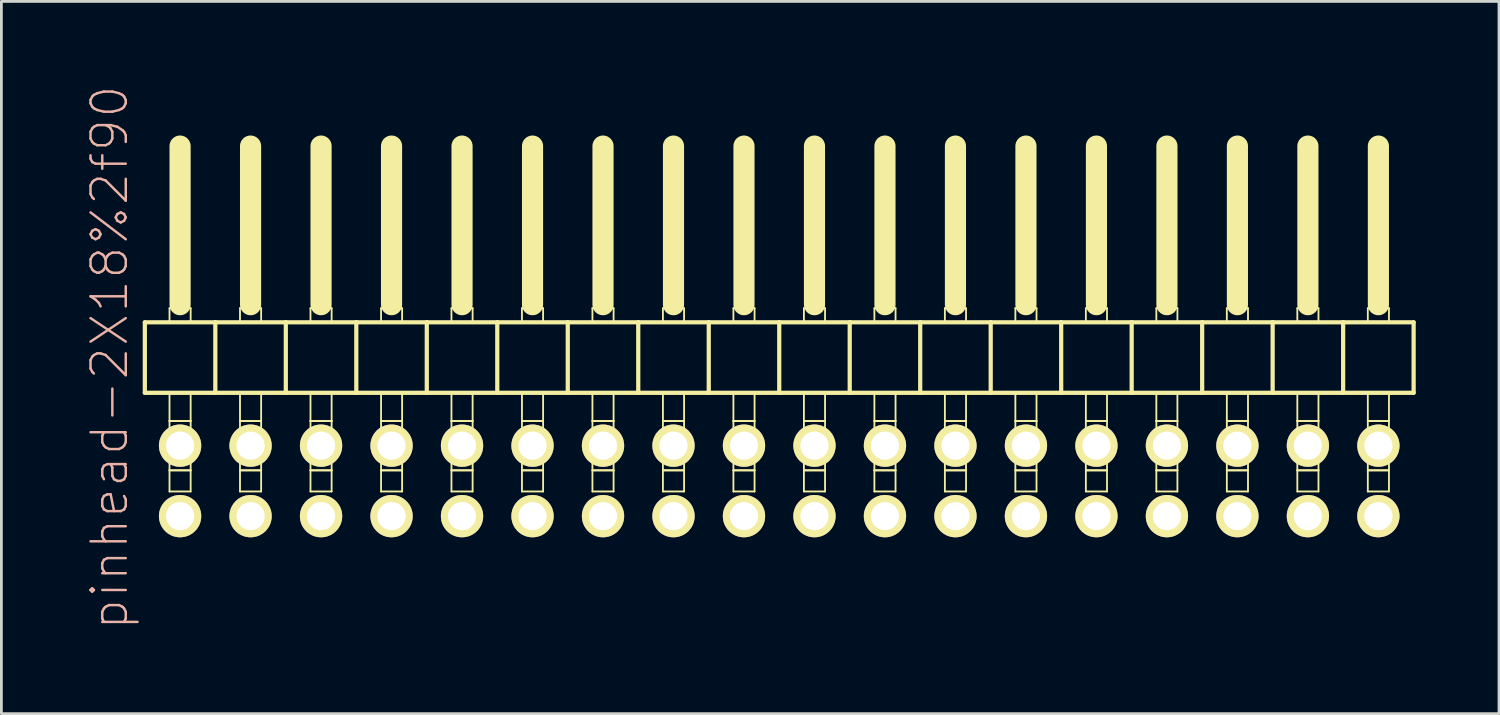
<source format=kicad_pcb>
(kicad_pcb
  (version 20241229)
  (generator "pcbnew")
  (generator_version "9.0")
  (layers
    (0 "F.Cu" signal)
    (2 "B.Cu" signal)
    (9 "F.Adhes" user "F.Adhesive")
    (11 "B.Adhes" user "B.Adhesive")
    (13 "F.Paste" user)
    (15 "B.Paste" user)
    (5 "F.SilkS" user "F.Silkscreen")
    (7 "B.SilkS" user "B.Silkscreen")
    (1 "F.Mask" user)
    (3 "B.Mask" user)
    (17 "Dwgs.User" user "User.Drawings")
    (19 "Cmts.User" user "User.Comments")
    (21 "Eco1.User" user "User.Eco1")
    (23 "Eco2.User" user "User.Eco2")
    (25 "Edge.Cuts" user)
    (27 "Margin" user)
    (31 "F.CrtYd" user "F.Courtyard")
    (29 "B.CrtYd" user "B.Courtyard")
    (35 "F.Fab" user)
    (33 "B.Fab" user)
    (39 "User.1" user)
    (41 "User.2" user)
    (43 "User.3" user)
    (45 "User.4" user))
  (footprint "pinhead-2X18%2f90"
    (layer "F.Cu")
    (at 25.029 9.199)
    (property "Reference" "pinhead-2X18%2f90" (at -24.13 0.635 90) (layer "B.SilkS") (effects (font (size 1.27 1.27) (thickness 0.089))))
    (attr exclude_from_pos_files exclude_from_bom)
    (fp_line (start -22.86 -0.635) (end -22.86 1.905) (stroke (width 0.152) (type solid)) (layer "F.SilkS"))
    (fp_line (start -22.86 1.905) (end -20.32 1.905) (stroke (width 0.152) (type solid)) (layer "F.SilkS"))
    (fp_line (start -21.971 -1.143) (end -21.209 -1.143) (stroke (width 0.066) (type solid)) (layer "F.SilkS"))
    (fp_line (start -21.971 -0.635) (end -21.971 -1.143) (stroke (width 0.066) (type solid)) (layer "F.SilkS"))
    (fp_line (start -21.971 -0.635) (end -21.209 -0.635) (stroke (width 0.066) (type solid)) (layer "F.SilkS"))
    (fp_line (start -21.971 1.905) (end -21.209 1.905) (stroke (width 0.066) (type solid)) (layer "F.SilkS"))
    (fp_line (start -21.971 2.921) (end -21.971 1.905) (stroke (width 0.066) (type solid)) (layer "F.SilkS"))
    (fp_line (start -21.971 2.921) (end -21.209 2.921) (stroke (width 0.066) (type solid)) (layer "F.SilkS"))
    (fp_line (start -21.971 2.921) (end -21.209 2.921) (stroke (width 0.066) (type solid)) (layer "F.SilkS"))
    (fp_line (start -21.971 4.699) (end -21.971 2.921) (stroke (width 0.066) (type solid)) (layer "F.SilkS"))
    (fp_line (start -21.971 4.699) (end -21.209 4.699) (stroke (width 0.066) (type solid)) (layer "F.SilkS"))
    (fp_line (start -21.971 4.699) (end -21.209 4.699) (stroke (width 0.066) (type solid)) (layer "F.SilkS"))
    (fp_line (start -21.971 5.461) (end -21.971 4.699) (stroke (width 0.066) (type solid)) (layer "F.SilkS"))
    (fp_line (start -21.971 5.461) (end -21.209 5.461) (stroke (width 0.066) (type solid)) (layer "F.SilkS"))
    (fp_line (start -21.59 -6.985) (end -21.59 -1.27) (stroke (width 0.762) (type solid)) (layer "F.SilkS"))
    (fp_line (start -21.209 -0.635) (end -21.209 -1.143) (stroke (width 0.066) (type solid)) (layer "F.SilkS"))
    (fp_line (start -21.209 2.921) (end -21.209 1.905) (stroke (width 0.066) (type solid)) (layer "F.SilkS"))
    (fp_line (start -21.209 4.699) (end -21.209 2.921) (stroke (width 0.066) (type solid)) (layer "F.SilkS"))
    (fp_line (start -21.209 5.461) (end -21.209 4.699) (stroke (width 0.066) (type solid)) (layer "F.SilkS"))
    (fp_line (start -20.32 -0.635) (end -22.86 -0.635) (stroke (width 0.152) (type solid)) (layer "F.SilkS"))
    (fp_line (start -20.32 1.905) (end -20.32 -0.635) (stroke (width 0.152) (type solid)) (layer "F.SilkS"))
    (fp_line (start -20.32 1.905) (end -17.78 1.905) (stroke (width 0.152) (type solid)) (layer "F.SilkS"))
    (fp_line (start -19.431 -1.143) (end -18.669 -1.143) (stroke (width 0.066) (type solid)) (layer "F.SilkS"))
    (fp_line (start -19.431 -0.635) (end -19.431 -1.143) (stroke (width 0.066) (type solid)) (layer "F.SilkS"))
    (fp_line (start -19.431 -0.635) (end -18.669 -0.635) (stroke (width 0.066) (type solid)) (layer "F.SilkS"))
    (fp_line (start -19.431 1.905) (end -18.669 1.905) (stroke (width 0.066) (type solid)) (layer "F.SilkS"))
    (fp_line (start -19.431 2.921) (end -19.431 1.905) (stroke (width 0.066) (type solid)) (layer "F.SilkS"))
    (fp_line (start -19.431 2.921) (end -18.669 2.921) (stroke (width 0.066) (type solid)) (layer "F.SilkS"))
    (fp_line (start -19.431 2.921) (end -18.669 2.921) (stroke (width 0.066) (type solid)) (layer "F.SilkS"))
    (fp_line (start -19.431 4.699) (end -19.431 2.921) (stroke (width 0.066) (type solid)) (layer "F.SilkS"))
    (fp_line (start -19.431 4.699) (end -18.669 4.699) (stroke (width 0.066) (type solid)) (layer "F.SilkS"))
    (fp_line (start -19.431 4.699) (end -18.669 4.699) (stroke (width 0.066) (type solid)) (layer "F.SilkS"))
    (fp_line (start -19.431 5.461) (end -19.431 4.699) (stroke (width 0.066) (type solid)) (layer "F.SilkS"))
    (fp_line (start -19.431 5.461) (end -18.669 5.461) (stroke (width 0.066) (type solid)) (layer "F.SilkS"))
    (fp_line (start -19.05 -6.985) (end -19.05 -1.27) (stroke (width 0.762) (type solid)) (layer "F.SilkS"))
    (fp_line (start -18.669 -0.635) (end -18.669 -1.143) (stroke (width 0.066) (type solid)) (layer "F.SilkS"))
    (fp_line (start -18.669 2.921) (end -18.669 1.905) (stroke (width 0.066) (type solid)) (layer "F.SilkS"))
    (fp_line (start -18.669 4.699) (end -18.669 2.921) (stroke (width 0.066) (type solid)) (layer "F.SilkS"))
    (fp_line (start -18.669 5.461) (end -18.669 4.699) (stroke (width 0.066) (type solid)) (layer "F.SilkS"))
    (fp_line (start -17.78 -0.635) (end -20.32 -0.635) (stroke (width 0.152) (type solid)) (layer "F.SilkS"))
    (fp_line (start -17.78 1.905) (end -17.78 -0.635) (stroke (width 0.152) (type solid)) (layer "F.SilkS"))
    (fp_line (start -17.78 1.905) (end -15.24 1.905) (stroke (width 0.152) (type solid)) (layer "F.SilkS"))
    (fp_line (start -16.891 -1.143) (end -16.129 -1.143) (stroke (width 0.066) (type solid)) (layer "F.SilkS"))
    (fp_line (start -16.891 -0.635) (end -16.891 -1.143) (stroke (width 0.066) (type solid)) (layer "F.SilkS"))
    (fp_line (start -16.891 -0.635) (end -16.129 -0.635) (stroke (width 0.066) (type solid)) (layer "F.SilkS"))
    (fp_line (start -16.891 1.905) (end -16.129 1.905) (stroke (width 0.066) (type solid)) (layer "F.SilkS"))
    (fp_line (start -16.891 2.921) (end -16.891 1.905) (stroke (width 0.066) (type solid)) (layer "F.SilkS"))
    (fp_line (start -16.891 2.921) (end -16.129 2.921) (stroke (width 0.066) (type solid)) (layer "F.SilkS"))
    (fp_line (start -16.891 2.921) (end -16.129 2.921) (stroke (width 0.066) (type solid)) (layer "F.SilkS"))
    (fp_line (start -16.891 4.699) (end -16.891 2.921) (stroke (width 0.066) (type solid)) (layer "F.SilkS"))
    (fp_line (start -16.891 4.699) (end -16.129 4.699) (stroke (width 0.066) (type solid)) (layer "F.SilkS"))
    (fp_line (start -16.891 4.699) (end -16.129 4.699) (stroke (width 0.066) (type solid)) (layer "F.SilkS"))
    (fp_line (start -16.891 5.461) (end -16.891 4.699) (stroke (width 0.066) (type solid)) (layer "F.SilkS"))
    (fp_line (start -16.891 5.461) (end -16.129 5.461) (stroke (width 0.066) (type solid)) (layer "F.SilkS"))
    (fp_line (start -16.51 -6.985) (end -16.51 -1.27) (stroke (width 0.762) (type solid)) (layer "F.SilkS"))
    (fp_line (start -16.129 -0.635) (end -16.129 -1.143) (stroke (width 0.066) (type solid)) (layer "F.SilkS"))
    (fp_line (start -16.129 2.921) (end -16.129 1.905) (stroke (width 0.066) (type solid)) (layer "F.SilkS"))
    (fp_line (start -16.129 4.699) (end -16.129 2.921) (stroke (width 0.066) (type solid)) (layer "F.SilkS"))
    (fp_line (start -16.129 5.461) (end -16.129 4.699) (stroke (width 0.066) (type solid)) (layer "F.SilkS"))
    (fp_line (start -15.24 -0.635) (end -17.78 -0.635) (stroke (width 0.152) (type solid)) (layer "F.SilkS"))
    (fp_line (start -15.24 1.905) (end -15.24 -0.635) (stroke (width 0.152) (type solid)) (layer "F.SilkS"))
    (fp_line (start -15.24 1.905) (end -12.7 1.905) (stroke (width 0.152) (type solid)) (layer "F.SilkS"))
    (fp_line (start -14.348 -1.143) (end -13.589 -1.143) (stroke (width 0.066) (type solid)) (layer "F.SilkS"))
    (fp_line (start -14.348 -0.635) (end -14.348 -1.143) (stroke (width 0.066) (type solid)) (layer "F.SilkS"))
    (fp_line (start -14.348 -0.635) (end -13.589 -0.635) (stroke (width 0.066) (type solid)) (layer "F.SilkS"))
    (fp_line (start -14.348 1.905) (end -13.589 1.905) (stroke (width 0.066) (type solid)) (layer "F.SilkS"))
    (fp_line (start -14.348 2.921) (end -14.348 1.905) (stroke (width 0.066) (type solid)) (layer "F.SilkS"))
    (fp_line (start -14.348 2.921) (end -13.589 2.921) (stroke (width 0.066) (type solid)) (layer "F.SilkS"))
    (fp_line (start -14.348 2.921) (end -13.589 2.921) (stroke (width 0.066) (type solid)) (layer "F.SilkS"))
    (fp_line (start -14.348 4.699) (end -14.348 2.921) (stroke (width 0.066) (type solid)) (layer "F.SilkS"))
    (fp_line (start -14.348 4.699) (end -13.589 4.699) (stroke (width 0.066) (type solid)) (layer "F.SilkS"))
    (fp_line (start -14.348 4.699) (end -13.589 4.699) (stroke (width 0.066) (type solid)) (layer "F.SilkS"))
    (fp_line (start -14.348 5.461) (end -14.348 4.699) (stroke (width 0.066) (type solid)) (layer "F.SilkS"))
    (fp_line (start -14.348 5.461) (end -13.589 5.461) (stroke (width 0.066) (type solid)) (layer "F.SilkS"))
    (fp_line (start -13.97 -6.985) (end -13.97 -1.27) (stroke (width 0.762) (type solid)) (layer "F.SilkS"))
    (fp_line (start -13.589 -0.635) (end -13.589 -1.143) (stroke (width 0.066) (type solid)) (layer "F.SilkS"))
    (fp_line (start -13.589 2.921) (end -13.589 1.905) (stroke (width 0.066) (type solid)) (layer "F.SilkS"))
    (fp_line (start -13.589 4.699) (end -13.589 2.921) (stroke (width 0.066) (type solid)) (layer "F.SilkS"))
    (fp_line (start -13.589 5.461) (end -13.589 4.699) (stroke (width 0.066) (type solid)) (layer "F.SilkS"))
    (fp_line (start -12.7 -0.635) (end -15.24 -0.635) (stroke (width 0.152) (type solid)) (layer "F.SilkS"))
    (fp_line (start -12.7 1.905) (end -12.7 -0.635) (stroke (width 0.152) (type solid)) (layer "F.SilkS"))
    (fp_line (start -12.7 1.905) (end -10.16 1.905) (stroke (width 0.152) (type solid)) (layer "F.SilkS"))
    (fp_line (start -11.811 -1.143) (end -11.049 -1.143) (stroke (width 0.066) (type solid)) (layer "F.SilkS"))
    (fp_line (start -11.811 -0.635) (end -11.811 -1.143) (stroke (width 0.066) (type solid)) (layer "F.SilkS"))
    (fp_line (start -11.811 -0.635) (end -11.049 -0.635) (stroke (width 0.066) (type solid)) (layer "F.SilkS"))
    (fp_line (start -11.811 1.905) (end -11.049 1.905) (stroke (width 0.066) (type solid)) (layer "F.SilkS"))
    (fp_line (start -11.811 2.921) (end -11.811 1.905) (stroke (width 0.066) (type solid)) (layer "F.SilkS"))
    (fp_line (start -11.811 2.921) (end -11.049 2.921) (stroke (width 0.066) (type solid)) (layer "F.SilkS"))
    (fp_line (start -11.811 2.921) (end -11.049 2.921) (stroke (width 0.066) (type solid)) (layer "F.SilkS"))
    (fp_line (start -11.811 4.699) (end -11.811 2.921) (stroke (width 0.066) (type solid)) (layer "F.SilkS"))
    (fp_line (start -11.811 4.699) (end -11.049 4.699) (stroke (width 0.066) (type solid)) (layer "F.SilkS"))
    (fp_line (start -11.811 4.699) (end -11.049 4.699) (stroke (width 0.066) (type solid)) (layer "F.SilkS"))
    (fp_line (start -11.811 5.461) (end -11.811 4.699) (stroke (width 0.066) (type solid)) (layer "F.SilkS"))
    (fp_line (start -11.811 5.461) (end -11.049 5.461) (stroke (width 0.066) (type solid)) (layer "F.SilkS"))
    (fp_line (start -11.43 -6.985) (end -11.43 -1.27) (stroke (width 0.762) (type solid)) (layer "F.SilkS"))
    (fp_line (start -11.049 -0.635) (end -11.049 -1.143) (stroke (width 0.066) (type solid)) (layer "F.SilkS"))
    (fp_line (start -11.049 2.921) (end -11.049 1.905) (stroke (width 0.066) (type solid)) (layer "F.SilkS"))
    (fp_line (start -11.049 4.699) (end -11.049 2.921) (stroke (width 0.066) (type solid)) (layer "F.SilkS"))
    (fp_line (start -11.049 5.461) (end -11.049 4.699) (stroke (width 0.066) (type solid)) (layer "F.SilkS"))
    (fp_line (start -10.16 -0.635) (end -12.7 -0.635) (stroke (width 0.152) (type solid)) (layer "F.SilkS"))
    (fp_line (start -10.16 1.905) (end -10.16 -0.635) (stroke (width 0.152) (type solid)) (layer "F.SilkS"))
    (fp_line (start -10.16 1.905) (end -7.62 1.905) (stroke (width 0.152) (type solid)) (layer "F.SilkS"))
    (fp_line (start -9.271 -1.143) (end -8.509 -1.143) (stroke (width 0.066) (type solid)) (layer "F.SilkS"))
    (fp_line (start -9.271 -0.635) (end -9.271 -1.143) (stroke (width 0.066) (type solid)) (layer "F.SilkS"))
    (fp_line (start -9.271 -0.635) (end -8.509 -0.635) (stroke (width 0.066) (type solid)) (layer "F.SilkS"))
    (fp_line (start -9.271 1.905) (end -8.509 1.905) (stroke (width 0.066) (type solid)) (layer "F.SilkS"))
    (fp_line (start -9.271 2.921) (end -9.271 1.905) (stroke (width 0.066) (type solid)) (layer "F.SilkS"))
    (fp_line (start -9.271 2.921) (end -8.509 2.921) (stroke (width 0.066) (type solid)) (layer "F.SilkS"))
    (fp_line (start -9.271 2.921) (end -8.509 2.921) (stroke (width 0.066) (type solid)) (layer "F.SilkS"))
    (fp_line (start -9.271 4.699) (end -9.271 2.921) (stroke (width 0.066) (type solid)) (layer "F.SilkS"))
    (fp_line (start -9.271 4.699) (end -8.509 4.699) (stroke (width 0.066) (type solid)) (layer "F.SilkS"))
    (fp_line (start -9.271 4.699) (end -8.509 4.699) (stroke (width 0.066) (type solid)) (layer "F.SilkS"))
    (fp_line (start -9.271 5.461) (end -9.271 4.699) (stroke (width 0.066) (type solid)) (layer "F.SilkS"))
    (fp_line (start -9.271 5.461) (end -8.509 5.461) (stroke (width 0.066) (type solid)) (layer "F.SilkS"))
    (fp_line (start -8.89 -6.985) (end -8.89 -1.27) (stroke (width 0.762) (type solid)) (layer "F.SilkS"))
    (fp_line (start -8.509 -0.635) (end -8.509 -1.143) (stroke (width 0.066) (type solid)) (layer "F.SilkS"))
    (fp_line (start -8.509 2.921) (end -8.509 1.905) (stroke (width 0.066) (type solid)) (layer "F.SilkS"))
    (fp_line (start -8.509 4.699) (end -8.509 2.921) (stroke (width 0.066) (type solid)) (layer "F.SilkS"))
    (fp_line (start -8.509 5.461) (end -8.509 4.699) (stroke (width 0.066) (type solid)) (layer "F.SilkS"))
    (fp_line (start -7.62 -0.635) (end -10.16 -0.635) (stroke (width 0.152) (type solid)) (layer "F.SilkS"))
    (fp_line (start -7.62 1.905) (end -7.62 -0.635) (stroke (width 0.152) (type solid)) (layer "F.SilkS"))
    (fp_line (start -7.62 1.905) (end -5.08 1.905) (stroke (width 0.152) (type solid)) (layer "F.SilkS"))
    (fp_line (start -6.731 -1.143) (end -5.969 -1.143) (stroke (width 0.066) (type solid)) (layer "F.SilkS"))
    (fp_line (start -6.731 -0.635) (end -6.731 -1.143) (stroke (width 0.066) (type solid)) (layer "F.SilkS"))
    (fp_line (start -6.731 -0.635) (end -5.969 -0.635) (stroke (width 0.066) (type solid)) (layer "F.SilkS"))
    (fp_line (start -6.731 1.905) (end -5.969 1.905) (stroke (width 0.066) (type solid)) (layer "F.SilkS"))
    (fp_line (start -6.731 2.921) (end -6.731 1.905) (stroke (width 0.066) (type solid)) (layer "F.SilkS"))
    (fp_line (start -6.731 2.921) (end -5.969 2.921) (stroke (width 0.066) (type solid)) (layer "F.SilkS"))
    (fp_line (start -6.731 2.921) (end -5.969 2.921) (stroke (width 0.066) (type solid)) (layer "F.SilkS"))
    (fp_line (start -6.731 4.699) (end -6.731 2.921) (stroke (width 0.066) (type solid)) (layer "F.SilkS"))
    (fp_line (start -6.731 4.699) (end -5.969 4.699) (stroke (width 0.066) (type solid)) (layer "F.SilkS"))
    (fp_line (start -6.731 4.699) (end -5.969 4.699) (stroke (width 0.066) (type solid)) (layer "F.SilkS"))
    (fp_line (start -6.731 5.461) (end -6.731 4.699) (stroke (width 0.066) (type solid)) (layer "F.SilkS"))
    (fp_line (start -6.731 5.461) (end -5.969 5.461) (stroke (width 0.066) (type solid)) (layer "F.SilkS"))
    (fp_line (start -6.35 -6.985) (end -6.35 -1.27) (stroke (width 0.762) (type solid)) (layer "F.SilkS"))
    (fp_line (start -5.969 -0.635) (end -5.969 -1.143) (stroke (width 0.066) (type solid)) (layer "F.SilkS"))
    (fp_line (start -5.969 2.921) (end -5.969 1.905) (stroke (width 0.066) (type solid)) (layer "F.SilkS"))
    (fp_line (start -5.969 4.699) (end -5.969 2.921) (stroke (width 0.066) (type solid)) (layer "F.SilkS"))
    (fp_line (start -5.969 5.461) (end -5.969 4.699) (stroke (width 0.066) (type solid)) (layer "F.SilkS"))
    (fp_line (start -5.08 -0.635) (end -7.62 -0.635) (stroke (width 0.152) (type solid)) (layer "F.SilkS"))
    (fp_line (start -5.08 1.905) (end -5.08 -0.635) (stroke (width 0.152) (type solid)) (layer "F.SilkS"))
    (fp_line (start -5.08 1.905) (end -2.54 1.905) (stroke (width 0.152) (type solid)) (layer "F.SilkS"))
    (fp_line (start -4.191 -1.143) (end -3.429 -1.143) (stroke (width 0.066) (type solid)) (layer "F.SilkS"))
    (fp_line (start -4.191 -0.635) (end -4.191 -1.143) (stroke (width 0.066) (type solid)) (layer "F.SilkS"))
    (fp_line (start -4.191 -0.635) (end -3.429 -0.635) (stroke (width 0.066) (type solid)) (layer "F.SilkS"))
    (fp_line (start -4.191 1.905) (end -3.429 1.905) (stroke (width 0.066) (type solid)) (layer "F.SilkS"))
    (fp_line (start -4.191 2.921) (end -4.191 1.905) (stroke (width 0.066) (type solid)) (layer "F.SilkS"))
    (fp_line (start -4.191 2.921) (end -3.429 2.921) (stroke (width 0.066) (type solid)) (layer "F.SilkS"))
    (fp_line (start -4.191 2.921) (end -3.429 2.921) (stroke (width 0.066) (type solid)) (layer "F.SilkS"))
    (fp_line (start -4.191 4.699) (end -4.191 2.921) (stroke (width 0.066) (type solid)) (layer "F.SilkS"))
    (fp_line (start -4.191 4.699) (end -3.429 4.699) (stroke (width 0.066) (type solid)) (layer "F.SilkS"))
    (fp_line (start -4.191 4.699) (end -3.429 4.699) (stroke (width 0.066) (type solid)) (layer "F.SilkS"))
    (fp_line (start -4.191 5.461) (end -4.191 4.699) (stroke (width 0.066) (type solid)) (layer "F.SilkS"))
    (fp_line (start -4.191 5.461) (end -3.429 5.461) (stroke (width 0.066) (type solid)) (layer "F.SilkS"))
    (fp_line (start -3.81 -6.985) (end -3.81 -1.27) (stroke (width 0.762) (type solid)) (layer "F.SilkS"))
    (fp_line (start -3.429 -0.635) (end -3.429 -1.143) (stroke (width 0.066) (type solid)) (layer "F.SilkS"))
    (fp_line (start -3.429 2.921) (end -3.429 1.905) (stroke (width 0.066) (type solid)) (layer "F.SilkS"))
    (fp_line (start -3.429 4.699) (end -3.429 2.921) (stroke (width 0.066) (type solid)) (layer "F.SilkS"))
    (fp_line (start -3.429 5.461) (end -3.429 4.699) (stroke (width 0.066) (type solid)) (layer "F.SilkS"))
    (fp_line (start -2.54 -0.635) (end -5.08 -0.635) (stroke (width 0.152) (type solid)) (layer "F.SilkS"))
    (fp_line (start -2.54 1.905) (end -2.54 -0.635) (stroke (width 0.152) (type solid)) (layer "F.SilkS"))
    (fp_line (start -2.54 1.905) (end 0 1.905) (stroke (width 0.152) (type solid)) (layer "F.SilkS"))
    (fp_line (start -1.651 -1.143) (end -0.889 -1.143) (stroke (width 0.066) (type solid)) (layer "F.SilkS"))
    (fp_line (start -1.651 -0.635) (end -1.651 -1.143) (stroke (width 0.066) (type solid)) (layer "F.SilkS"))
    (fp_line (start -1.651 -0.635) (end -0.889 -0.635) (stroke (width 0.066) (type solid)) (layer "F.SilkS"))
    (fp_line (start -1.651 1.905) (end -0.889 1.905) (stroke (width 0.066) (type solid)) (layer "F.SilkS"))
    (fp_line (start -1.651 2.921) (end -1.651 1.905) (stroke (width 0.066) (type solid)) (layer "F.SilkS"))
    (fp_line (start -1.651 2.921) (end -0.889 2.921) (stroke (width 0.066) (type solid)) (layer "F.SilkS"))
    (fp_line (start -1.651 2.921) (end -0.889 2.921) (stroke (width 0.066) (type solid)) (layer "F.SilkS"))
    (fp_line (start -1.651 4.699) (end -1.651 2.921) (stroke (width 0.066) (type solid)) (layer "F.SilkS"))
    (fp_line (start -1.651 4.699) (end -0.889 4.699) (stroke (width 0.066) (type solid)) (layer "F.SilkS"))
    (fp_line (start -1.651 4.699) (end -0.889 4.699) (stroke (width 0.066) (type solid)) (layer "F.SilkS"))
    (fp_line (start -1.651 5.461) (end -1.651 4.699) (stroke (width 0.066) (type solid)) (layer "F.SilkS"))
    (fp_line (start -1.651 5.461) (end -0.889 5.461) (stroke (width 0.066) (type solid)) (layer "F.SilkS"))
    (fp_line (start -1.27 -6.985) (end -1.27 -1.27) (stroke (width 0.762) (type solid)) (layer "F.SilkS"))
    (fp_line (start -0.889 -0.635) (end -0.889 -1.143) (stroke (width 0.066) (type solid)) (layer "F.SilkS"))
    (fp_line (start -0.889 2.921) (end -0.889 1.905) (stroke (width 0.066) (type solid)) (layer "F.SilkS"))
    (fp_line (start -0.889 4.699) (end -0.889 2.921) (stroke (width 0.066) (type solid)) (layer "F.SilkS"))
    (fp_line (start -0.889 5.461) (end -0.889 4.699) (stroke (width 0.066) (type solid)) (layer "F.SilkS"))
    (fp_line (start 0 -0.635) (end -2.54 -0.635) (stroke (width 0.152) (type solid)) (layer "F.SilkS"))
    (fp_line (start 0 1.905) (end 0 -0.635) (stroke (width 0.152) (type solid)) (layer "F.SilkS"))
    (fp_line (start 0 1.905) (end 2.54 1.905) (stroke (width 0.152) (type solid)) (layer "F.SilkS"))
    (fp_line (start 0.889 -1.143) (end 1.651 -1.143) (stroke (width 0.066) (type solid)) (layer "F.SilkS"))
    (fp_line (start 0.889 -0.635) (end 0.889 -1.143) (stroke (width 0.066) (type solid)) (layer "F.SilkS"))
    (fp_line (start 0.889 -0.635) (end 1.651 -0.635) (stroke (width 0.066) (type solid)) (layer "F.SilkS"))
    (fp_line (start 0.889 1.905) (end 1.651 1.905) (stroke (width 0.066) (type solid)) (layer "F.SilkS"))
    (fp_line (start 0.889 2.921) (end 0.889 1.905) (stroke (width 0.066) (type solid)) (layer "F.SilkS"))
    (fp_line (start 0.889 2.921) (end 1.651 2.921) (stroke (width 0.066) (type solid)) (layer "F.SilkS"))
    (fp_line (start 0.889 2.921) (end 1.651 2.921) (stroke (width 0.066) (type solid)) (layer "F.SilkS"))
    (fp_line (start 0.889 4.699) (end 0.889 2.921) (stroke (width 0.066) (type solid)) (layer "F.SilkS"))
    (fp_line (start 0.889 4.699) (end 1.651 4.699) (stroke (width 0.066) (type solid)) (layer "F.SilkS"))
    (fp_line (start 0.889 4.699) (end 1.651 4.699) (stroke (width 0.066) (type solid)) (layer "F.SilkS"))
    (fp_line (start 0.889 5.461) (end 0.889 4.699) (stroke (width 0.066) (type solid)) (layer "F.SilkS"))
    (fp_line (start 0.889 5.461) (end 1.651 5.461) (stroke (width 0.066) (type solid)) (layer "F.SilkS"))
    (fp_line (start 1.27 -6.985) (end 1.27 -1.27) (stroke (width 0.762) (type solid)) (layer "F.SilkS"))
    (fp_line (start 1.651 -0.635) (end 1.651 -1.143) (stroke (width 0.066) (type solid)) (layer "F.SilkS"))
    (fp_line (start 1.651 2.921) (end 1.651 1.905) (stroke (width 0.066) (type solid)) (layer "F.SilkS"))
    (fp_line (start 1.651 4.699) (end 1.651 2.921) (stroke (width 0.066) (type solid)) (layer "F.SilkS"))
    (fp_line (start 1.651 5.461) (end 1.651 4.699) (stroke (width 0.066) (type solid)) (layer "F.SilkS"))
    (fp_line (start 2.54 -0.635) (end 0 -0.635) (stroke (width 0.152) (type solid)) (layer "F.SilkS"))
    (fp_line (start 2.54 1.905) (end 2.54 -0.635) (stroke (width 0.152) (type solid)) (layer "F.SilkS"))
    (fp_line (start 2.54 1.905) (end 5.08 1.905) (stroke (width 0.152) (type solid)) (layer "F.SilkS"))
    (fp_line (start 3.429 -1.143) (end 4.191 -1.143) (stroke (width 0.066) (type solid)) (layer "F.SilkS"))
    (fp_line (start 3.429 -0.635) (end 3.429 -1.143) (stroke (width 0.066) (type solid)) (layer "F.SilkS"))
    (fp_line (start 3.429 -0.635) (end 4.191 -0.635) (stroke (width 0.066) (type solid)) (layer "F.SilkS"))
    (fp_line (start 3.429 1.905) (end 4.191 1.905) (stroke (width 0.066) (type solid)) (layer "F.SilkS"))
    (fp_line (start 3.429 2.921) (end 3.429 1.905) (stroke (width 0.066) (type solid)) (layer "F.SilkS"))
    (fp_line (start 3.429 2.921) (end 4.191 2.921) (stroke (width 0.066) (type solid)) (layer "F.SilkS"))
    (fp_line (start 3.429 2.921) (end 4.191 2.921) (stroke (width 0.066) (type solid)) (layer "F.SilkS"))
    (fp_line (start 3.429 4.699) (end 3.429 2.921) (stroke (width 0.066) (type solid)) (layer "F.SilkS"))
    (fp_line (start 3.429 4.699) (end 4.191 4.699) (stroke (width 0.066) (type solid)) (layer "F.SilkS"))
    (fp_line (start 3.429 4.699) (end 4.191 4.699) (stroke (width 0.066) (type solid)) (layer "F.SilkS"))
    (fp_line (start 3.429 5.461) (end 3.429 4.699) (stroke (width 0.066) (type solid)) (layer "F.SilkS"))
    (fp_line (start 3.429 5.461) (end 4.191 5.461) (stroke (width 0.066) (type solid)) (layer "F.SilkS"))
    (fp_line (start 3.81 -6.985) (end 3.81 -1.27) (stroke (width 0.762) (type solid)) (layer "F.SilkS"))
    (fp_line (start 4.191 -0.635) (end 4.191 -1.143) (stroke (width 0.066) (type solid)) (layer "F.SilkS"))
    (fp_line (start 4.191 2.921) (end 4.191 1.905) (stroke (width 0.066) (type solid)) (layer "F.SilkS"))
    (fp_line (start 4.191 4.699) (end 4.191 2.921) (stroke (width 0.066) (type solid)) (layer "F.SilkS"))
    (fp_line (start 4.191 5.461) (end 4.191 4.699) (stroke (width 0.066) (type solid)) (layer "F.SilkS"))
    (fp_line (start 5.08 -0.635) (end 2.54 -0.635) (stroke (width 0.152) (type solid)) (layer "F.SilkS"))
    (fp_line (start 5.08 1.905) (end 5.08 -0.635) (stroke (width 0.152) (type solid)) (layer "F.SilkS"))
    (fp_line (start 5.08 1.905) (end 7.62 1.905) (stroke (width 0.152) (type solid)) (layer "F.SilkS"))
    (fp_line (start 5.969 -1.143) (end 6.731 -1.143) (stroke (width 0.066) (type solid)) (layer "F.SilkS"))
    (fp_line (start 5.969 -0.635) (end 5.969 -1.143) (stroke (width 0.066) (type solid)) (layer "F.SilkS"))
    (fp_line (start 5.969 -0.635) (end 6.731 -0.635) (stroke (width 0.066) (type solid)) (layer "F.SilkS"))
    (fp_line (start 5.969 1.905) (end 6.731 1.905) (stroke (width 0.066) (type solid)) (layer "F.SilkS"))
    (fp_line (start 5.969 2.921) (end 5.969 1.905) (stroke (width 0.066) (type solid)) (layer "F.SilkS"))
    (fp_line (start 5.969 2.921) (end 6.731 2.921) (stroke (width 0.066) (type solid)) (layer "F.SilkS"))
    (fp_line (start 5.969 2.921) (end 6.731 2.921) (stroke (width 0.066) (type solid)) (layer "F.SilkS"))
    (fp_line (start 5.969 4.699) (end 5.969 2.921) (stroke (width 0.066) (type solid)) (layer "F.SilkS"))
    (fp_line (start 5.969 4.699) (end 6.731 4.699) (stroke (width 0.066) (type solid)) (layer "F.SilkS"))
    (fp_line (start 5.969 4.699) (end 6.731 4.699) (stroke (width 0.066) (type solid)) (layer "F.SilkS"))
    (fp_line (start 5.969 5.461) (end 5.969 4.699) (stroke (width 0.066) (type solid)) (layer "F.SilkS"))
    (fp_line (start 5.969 5.461) (end 6.731 5.461) (stroke (width 0.066) (type solid)) (layer "F.SilkS"))
    (fp_line (start 6.35 -6.985) (end 6.35 -1.27) (stroke (width 0.762) (type solid)) (layer "F.SilkS"))
    (fp_line (start 6.731 -0.635) (end 6.731 -1.143) (stroke (width 0.066) (type solid)) (layer "F.SilkS"))
    (fp_line (start 6.731 2.921) (end 6.731 1.905) (stroke (width 0.066) (type solid)) (layer "F.SilkS"))
    (fp_line (start 6.731 4.699) (end 6.731 2.921) (stroke (width 0.066) (type solid)) (layer "F.SilkS"))
    (fp_line (start 6.731 5.461) (end 6.731 4.699) (stroke (width 0.066) (type solid)) (layer "F.SilkS"))
    (fp_line (start 7.62 -0.635) (end 5.08 -0.635) (stroke (width 0.152) (type solid)) (layer "F.SilkS"))
    (fp_line (start 7.62 1.905) (end 7.62 -0.635) (stroke (width 0.152) (type solid)) (layer "F.SilkS"))
    (fp_line (start 7.62 1.905) (end 10.16 1.905) (stroke (width 0.152) (type solid)) (layer "F.SilkS"))
    (fp_line (start 8.509 -1.143) (end 9.271 -1.143) (stroke (width 0.066) (type solid)) (layer "F.SilkS"))
    (fp_line (start 8.509 -0.635) (end 8.509 -1.143) (stroke (width 0.066) (type solid)) (layer "F.SilkS"))
    (fp_line (start 8.509 -0.635) (end 9.271 -0.635) (stroke (width 0.066) (type solid)) (layer "F.SilkS"))
    (fp_line (start 8.509 1.905) (end 9.271 1.905) (stroke (width 0.066) (type solid)) (layer "F.SilkS"))
    (fp_line (start 8.509 2.921) (end 8.509 1.905) (stroke (width 0.066) (type solid)) (layer "F.SilkS"))
    (fp_line (start 8.509 2.921) (end 9.271 2.921) (stroke (width 0.066) (type solid)) (layer "F.SilkS"))
    (fp_line (start 8.509 2.921) (end 9.271 2.921) (stroke (width 0.066) (type solid)) (layer "F.SilkS"))
    (fp_line (start 8.509 4.699) (end 8.509 2.921) (stroke (width 0.066) (type solid)) (layer "F.SilkS"))
    (fp_line (start 8.509 4.699) (end 9.271 4.699) (stroke (width 0.066) (type solid)) (layer "F.SilkS"))
    (fp_line (start 8.509 4.699) (end 9.271 4.699) (stroke (width 0.066) (type solid)) (layer "F.SilkS"))
    (fp_line (start 8.509 5.461) (end 8.509 4.699) (stroke (width 0.066) (type solid)) (layer "F.SilkS"))
    (fp_line (start 8.509 5.461) (end 9.271 5.461) (stroke (width 0.066) (type solid)) (layer "F.SilkS"))
    (fp_line (start 8.89 -6.985) (end 8.89 -1.27) (stroke (width 0.762) (type solid)) (layer "F.SilkS"))
    (fp_line (start 9.271 -0.635) (end 9.271 -1.143) (stroke (width 0.066) (type solid)) (layer "F.SilkS"))
    (fp_line (start 9.271 2.921) (end 9.271 1.905) (stroke (width 0.066) (type solid)) (layer "F.SilkS"))
    (fp_line (start 9.271 4.699) (end 9.271 2.921) (stroke (width 0.066) (type solid)) (layer "F.SilkS"))
    (fp_line (start 9.271 5.461) (end 9.271 4.699) (stroke (width 0.066) (type solid)) (layer "F.SilkS"))
    (fp_line (start 10.16 -0.635) (end 7.62 -0.635) (stroke (width 0.152) (type solid)) (layer "F.SilkS"))
    (fp_line (start 10.16 1.905) (end 10.16 -0.635) (stroke (width 0.152) (type solid)) (layer "F.SilkS"))
    (fp_line (start 10.16 1.905) (end 12.7 1.905) (stroke (width 0.152) (type solid)) (layer "F.SilkS"))
    (fp_line (start 11.049 -1.143) (end 11.811 -1.143) (stroke (width 0.066) (type solid)) (layer "F.SilkS"))
    (fp_line (start 11.049 -0.635) (end 11.049 -1.143) (stroke (width 0.066) (type solid)) (layer "F.SilkS"))
    (fp_line (start 11.049 -0.635) (end 11.811 -0.635) (stroke (width 0.066) (type solid)) (layer "F.SilkS"))
    (fp_line (start 11.049 1.905) (end 11.811 1.905) (stroke (width 0.066) (type solid)) (layer "F.SilkS"))
    (fp_line (start 11.049 2.921) (end 11.049 1.905) (stroke (width 0.066) (type solid)) (layer "F.SilkS"))
    (fp_line (start 11.049 2.921) (end 11.811 2.921) (stroke (width 0.066) (type solid)) (layer "F.SilkS"))
    (fp_line (start 11.049 2.921) (end 11.811 2.921) (stroke (width 0.066) (type solid)) (layer "F.SilkS"))
    (fp_line (start 11.049 4.699) (end 11.049 2.921) (stroke (width 0.066) (type solid)) (layer "F.SilkS"))
    (fp_line (start 11.049 4.699) (end 11.811 4.699) (stroke (width 0.066) (type solid)) (layer "F.SilkS"))
    (fp_line (start 11.049 4.699) (end 11.811 4.699) (stroke (width 0.066) (type solid)) (layer "F.SilkS"))
    (fp_line (start 11.049 5.461) (end 11.049 4.699) (stroke (width 0.066) (type solid)) (layer "F.SilkS"))
    (fp_line (start 11.049 5.461) (end 11.811 5.461) (stroke (width 0.066) (type solid)) (layer "F.SilkS"))
    (fp_line (start 11.43 -6.985) (end 11.43 -1.27) (stroke (width 0.762) (type solid)) (layer "F.SilkS"))
    (fp_line (start 11.811 -0.635) (end 11.811 -1.143) (stroke (width 0.066) (type solid)) (layer "F.SilkS"))
    (fp_line (start 11.811 2.921) (end 11.811 1.905) (stroke (width 0.066) (type solid)) (layer "F.SilkS"))
    (fp_line (start 11.811 4.699) (end 11.811 2.921) (stroke (width 0.066) (type solid)) (layer "F.SilkS"))
    (fp_line (start 11.811 5.461) (end 11.811 4.699) (stroke (width 0.066) (type solid)) (layer "F.SilkS"))
    (fp_line (start 12.7 -0.635) (end 10.16 -0.635) (stroke (width 0.152) (type solid)) (layer "F.SilkS"))
    (fp_line (start 12.7 1.905) (end 12.7 -0.635) (stroke (width 0.152) (type solid)) (layer "F.SilkS"))
    (fp_line (start 12.7 1.905) (end 15.24 1.905) (stroke (width 0.152) (type solid)) (layer "F.SilkS"))
    (fp_line (start 13.589 -1.143) (end 14.348 -1.143) (stroke (width 0.066) (type solid)) (layer "F.SilkS"))
    (fp_line (start 13.589 -0.635) (end 13.589 -1.143) (stroke (width 0.066) (type solid)) (layer "F.SilkS"))
    (fp_line (start 13.589 -0.635) (end 14.348 -0.635) (stroke (width 0.066) (type solid)) (layer "F.SilkS"))
    (fp_line (start 13.589 1.905) (end 14.348 1.905) (stroke (width 0.066) (type solid)) (layer "F.SilkS"))
    (fp_line (start 13.589 2.921) (end 13.589 1.905) (stroke (width 0.066) (type solid)) (layer "F.SilkS"))
    (fp_line (start 13.589 2.921) (end 14.348 2.921) (stroke (width 0.066) (type solid)) (layer "F.SilkS"))
    (fp_line (start 13.589 2.921) (end 14.348 2.921) (stroke (width 0.066) (type solid)) (layer "F.SilkS"))
    (fp_line (start 13.589 4.699) (end 13.589 2.921) (stroke (width 0.066) (type solid)) (layer "F.SilkS"))
    (fp_line (start 13.589 4.699) (end 14.348 4.699) (stroke (width 0.066) (type solid)) (layer "F.SilkS"))
    (fp_line (start 13.589 4.699) (end 14.348 4.699) (stroke (width 0.066) (type solid)) (layer "F.SilkS"))
    (fp_line (start 13.589 5.461) (end 13.589 4.699) (stroke (width 0.066) (type solid)) (layer "F.SilkS"))
    (fp_line (start 13.589 5.461) (end 14.348 5.461) (stroke (width 0.066) (type solid)) (layer "F.SilkS"))
    (fp_line (start 13.97 -6.985) (end 13.97 -1.27) (stroke (width 0.762) (type solid)) (layer "F.SilkS"))
    (fp_line (start 14.348 -0.635) (end 14.348 -1.143) (stroke (width 0.066) (type solid)) (layer "F.SilkS"))
    (fp_line (start 14.348 2.921) (end 14.348 1.905) (stroke (width 0.066) (type solid)) (layer "F.SilkS"))
    (fp_line (start 14.348 4.699) (end 14.348 2.921) (stroke (width 0.066) (type solid)) (layer "F.SilkS"))
    (fp_line (start 14.348 5.461) (end 14.348 4.699) (stroke (width 0.066) (type solid)) (layer "F.SilkS"))
    (fp_line (start 15.24 -0.635) (end 12.7 -0.635) (stroke (width 0.152) (type solid)) (layer "F.SilkS"))
    (fp_line (start 15.24 1.905) (end 15.24 -0.635) (stroke (width 0.152) (type solid)) (layer "F.SilkS"))
    (fp_line (start 15.24 1.905) (end 17.78 1.905) (stroke (width 0.152) (type solid)) (layer "F.SilkS"))
    (fp_line (start 16.129 -1.143) (end 16.891 -1.143) (stroke (width 0.066) (type solid)) (layer "F.SilkS"))
    (fp_line (start 16.129 -0.635) (end 16.129 -1.143) (stroke (width 0.066) (type solid)) (layer "F.SilkS"))
    (fp_line (start 16.129 -0.635) (end 16.891 -0.635) (stroke (width 0.066) (type solid)) (layer "F.SilkS"))
    (fp_line (start 16.129 1.905) (end 16.891 1.905) (stroke (width 0.066) (type solid)) (layer "F.SilkS"))
    (fp_line (start 16.129 2.921) (end 16.129 1.905) (stroke (width 0.066) (type solid)) (layer "F.SilkS"))
    (fp_line (start 16.129 2.921) (end 16.891 2.921) (stroke (width 0.066) (type solid)) (layer "F.SilkS"))
    (fp_line (start 16.129 2.921) (end 16.891 2.921) (stroke (width 0.066) (type solid)) (layer "F.SilkS"))
    (fp_line (start 16.129 4.699) (end 16.129 2.921) (stroke (width 0.066) (type solid)) (layer "F.SilkS"))
    (fp_line (start 16.129 4.699) (end 16.891 4.699) (stroke (width 0.066) (type solid)) (layer "F.SilkS"))
    (fp_line (start 16.129 4.699) (end 16.891 4.699) (stroke (width 0.066) (type solid)) (layer "F.SilkS"))
    (fp_line (start 16.129 5.461) (end 16.129 4.699) (stroke (width 0.066) (type solid)) (layer "F.SilkS"))
    (fp_line (start 16.129 5.461) (end 16.891 5.461) (stroke (width 0.066) (type solid)) (layer "F.SilkS"))
    (fp_line (start 16.51 -6.985) (end 16.51 -1.27) (stroke (width 0.762) (type solid)) (layer "F.SilkS"))
    (fp_line (start 16.891 -0.635) (end 16.891 -1.143) (stroke (width 0.066) (type solid)) (layer "F.SilkS"))
    (fp_line (start 16.891 2.921) (end 16.891 1.905) (stroke (width 0.066) (type solid)) (layer "F.SilkS"))
    (fp_line (start 16.891 4.699) (end 16.891 2.921) (stroke (width 0.066) (type solid)) (layer "F.SilkS"))
    (fp_line (start 16.891 5.461) (end 16.891 4.699) (stroke (width 0.066) (type solid)) (layer "F.SilkS"))
    (fp_line (start 17.78 -0.635) (end 15.24 -0.635) (stroke (width 0.152) (type solid)) (layer "F.SilkS"))
    (fp_line (start 17.78 1.905) (end 17.78 -0.635) (stroke (width 0.152) (type solid)) (layer "F.SilkS"))
    (fp_line (start 17.78 1.905) (end 20.32 1.905) (stroke (width 0.152) (type solid)) (layer "F.SilkS"))
    (fp_line (start 18.669 -1.143) (end 19.431 -1.143) (stroke (width 0.066) (type solid)) (layer "F.SilkS"))
    (fp_line (start 18.669 -0.635) (end 18.669 -1.143) (stroke (width 0.066) (type solid)) (layer "F.SilkS"))
    (fp_line (start 18.669 -0.635) (end 19.431 -0.635) (stroke (width 0.066) (type solid)) (layer "F.SilkS"))
    (fp_line (start 18.669 1.905) (end 19.431 1.905) (stroke (width 0.066) (type solid)) (layer "F.SilkS"))
    (fp_line (start 18.669 2.921) (end 18.669 1.905) (stroke (width 0.066) (type solid)) (layer "F.SilkS"))
    (fp_line (start 18.669 2.921) (end 19.431 2.921) (stroke (width 0.066) (type solid)) (layer "F.SilkS"))
    (fp_line (start 18.669 2.921) (end 19.431 2.921) (stroke (width 0.066) (type solid)) (layer "F.SilkS"))
    (fp_line (start 18.669 4.699) (end 18.669 2.921) (stroke (width 0.066) (type solid)) (layer "F.SilkS"))
    (fp_line (start 18.669 4.699) (end 19.431 4.699) (stroke (width 0.066) (type solid)) (layer "F.SilkS"))
    (fp_line (start 18.669 4.699) (end 19.431 4.699) (stroke (width 0.066) (type solid)) (layer "F.SilkS"))
    (fp_line (start 18.669 5.461) (end 18.669 4.699) (stroke (width 0.066) (type solid)) (layer "F.SilkS"))
    (fp_line (start 18.669 5.461) (end 19.431 5.461) (stroke (width 0.066) (type solid)) (layer "F.SilkS"))
    (fp_line (start 19.05 -6.985) (end 19.05 -1.27) (stroke (width 0.762) (type solid)) (layer "F.SilkS"))
    (fp_line (start 19.431 -0.635) (end 19.431 -1.143) (stroke (width 0.066) (type solid)) (layer "F.SilkS"))
    (fp_line (start 19.431 2.921) (end 19.431 1.905) (stroke (width 0.066) (type solid)) (layer "F.SilkS"))
    (fp_line (start 19.431 4.699) (end 19.431 2.921) (stroke (width 0.066) (type solid)) (layer "F.SilkS"))
    (fp_line (start 19.431 5.461) (end 19.431 4.699) (stroke (width 0.066) (type solid)) (layer "F.SilkS"))
    (fp_line (start 20.32 -0.635) (end 17.78 -0.635) (stroke (width 0.152) (type solid)) (layer "F.SilkS"))
    (fp_line (start 20.32 1.905) (end 20.32 -0.635) (stroke (width 0.152) (type solid)) (layer "F.SilkS"))
    (fp_line (start 20.32 1.905) (end 22.86 1.905) (stroke (width 0.152) (type solid)) (layer "F.SilkS"))
    (fp_line (start 21.209 -1.143) (end 21.971 -1.143) (stroke (width 0.066) (type solid)) (layer "F.SilkS"))
    (fp_line (start 21.209 -0.635) (end 21.209 -1.143) (stroke (width 0.066) (type solid)) (layer "F.SilkS"))
    (fp_line (start 21.209 -0.635) (end 21.971 -0.635) (stroke (width 0.066) (type solid)) (layer "F.SilkS"))
    (fp_line (start 21.209 1.905) (end 21.971 1.905) (stroke (width 0.066) (type solid)) (layer "F.SilkS"))
    (fp_line (start 21.209 2.921) (end 21.209 1.905) (stroke (width 0.066) (type solid)) (layer "F.SilkS"))
    (fp_line (start 21.209 2.921) (end 21.971 2.921) (stroke (width 0.066) (type solid)) (layer "F.SilkS"))
    (fp_line (start 21.209 2.921) (end 21.971 2.921) (stroke (width 0.066) (type solid)) (layer "F.SilkS"))
    (fp_line (start 21.209 4.699) (end 21.209 2.921) (stroke (width 0.066) (type solid)) (layer "F.SilkS"))
    (fp_line (start 21.209 4.699) (end 21.971 4.699) (stroke (width 0.066) (type solid)) (layer "F.SilkS"))
    (fp_line (start 21.209 4.699) (end 21.971 4.699) (stroke (width 0.066) (type solid)) (layer "F.SilkS"))
    (fp_line (start 21.209 5.461) (end 21.209 4.699) (stroke (width 0.066) (type solid)) (layer "F.SilkS"))
    (fp_line (start 21.209 5.461) (end 21.971 5.461) (stroke (width 0.066) (type solid)) (layer "F.SilkS"))
    (fp_line (start 21.59 -6.985) (end 21.59 -1.27) (stroke (width 0.762) (type solid)) (layer "F.SilkS"))
    (fp_line (start 21.971 -0.635) (end 21.971 -1.143) (stroke (width 0.066) (type solid)) (layer "F.SilkS"))
    (fp_line (start 21.971 2.921) (end 21.971 1.905) (stroke (width 0.066) (type solid)) (layer "F.SilkS"))
    (fp_line (start 21.971 4.699) (end 21.971 2.921) (stroke (width 0.066) (type solid)) (layer "F.SilkS"))
    (fp_line (start 21.971 5.461) (end 21.971 4.699) (stroke (width 0.066) (type solid)) (layer "F.SilkS"))
    (fp_line (start 22.86 -0.635) (end 20.32 -0.635) (stroke (width 0.152) (type solid)) (layer "F.SilkS"))
    (fp_line (start 22.86 1.905) (end 22.86 -0.635) (stroke (width 0.152) (type solid)) (layer "F.SilkS"))
    (pad "1" thru_hole circle (at -21.59 6.35) (size 1.524 1.524) (drill 1.016) (layers "*.Cu" "F.Mask" "F.SilkS" "F.Paste"))
    (pad "2" thru_hole circle (at -21.59 3.81) (size 1.524 1.524) (drill 1.016) (layers "*.Cu" "F.Mask" "F.SilkS" "F.Paste"))
    (pad "3" thru_hole circle (at -19.05 6.35) (size 1.524 1.524) (drill 1.016) (layers "*.Cu" "F.Mask" "F.SilkS" "F.Paste"))
    (pad "4" thru_hole circle (at -19.05 3.81) (size 1.524 1.524) (drill 1.016) (layers "*.Cu" "F.Mask" "F.SilkS" "F.Paste"))
    (pad "5" thru_hole circle (at -16.51 6.35) (size 1.524 1.524) (drill 1.016) (layers "*.Cu" "F.Mask" "F.SilkS" "F.Paste"))
    (pad "6" thru_hole circle (at -16.51 3.81) (size 1.524 1.524) (drill 1.016) (layers "*.Cu" "F.Mask" "F.SilkS" "F.Paste"))
    (pad "7" thru_hole circle (at -13.97 6.35) (size 1.524 1.524) (drill 1.016) (layers "*.Cu" "F.Mask" "F.SilkS" "F.Paste"))
    (pad "8" thru_hole circle (at -13.97 3.81) (size 1.524 1.524) (drill 1.016) (layers "*.Cu" "F.Mask" "F.SilkS" "F.Paste"))
    (pad "9" thru_hole circle (at -11.43 6.35) (size 1.524 1.524) (drill 1.016) (layers "*.Cu" "F.Mask" "F.SilkS" "F.Paste"))
    (pad "10" thru_hole circle (at -11.43 3.81) (size 1.524 1.524) (drill 1.016) (layers "*.Cu" "F.Mask" "F.SilkS" "F.Paste"))
    (pad "11" thru_hole circle (at -8.89 6.35) (size 1.524 1.524) (drill 1.016) (layers "*.Cu" "F.Mask" "F.SilkS" "F.Paste"))
    (pad "12" thru_hole circle (at -8.89 3.81) (size 1.524 1.524) (drill 1.016) (layers "*.Cu" "F.Mask" "F.SilkS" "F.Paste"))
    (pad "13" thru_hole circle (at -6.35 6.35) (size 1.524 1.524) (drill 1.016) (layers "*.Cu" "F.Mask" "F.SilkS" "F.Paste"))
    (pad "14" thru_hole circle (at -6.35 3.81) (size 1.524 1.524) (drill 1.016) (layers "*.Cu" "F.Mask" "F.SilkS" "F.Paste"))
    (pad "15" thru_hole circle (at -3.81 6.35) (size 1.524 1.524) (drill 1.016) (layers "*.Cu" "F.Mask" "F.SilkS" "F.Paste"))
    (pad "16" thru_hole circle (at -3.81 3.81) (size 1.524 1.524) (drill 1.016) (layers "*.Cu" "F.Mask" "F.SilkS" "F.Paste"))
    (pad "17" thru_hole circle (at -1.27 6.35) (size 1.524 1.524) (drill 1.016) (layers "*.Cu" "F.Mask" "F.SilkS" "F.Paste"))
    (pad "18" thru_hole circle (at -1.27 3.81) (size 1.524 1.524) (drill 1.016) (layers "*.Cu" "F.Mask" "F.SilkS" "F.Paste"))
    (pad "19" thru_hole circle (at 1.27 6.35) (size 1.524 1.524) (drill 1.016) (layers "*.Cu" "F.Mask" "F.SilkS" "F.Paste"))
    (pad "20" thru_hole circle (at 1.27 3.81) (size 1.524 1.524) (drill 1.016) (layers "*.Cu" "F.Mask" "F.SilkS" "F.Paste"))
    (pad "21" thru_hole circle (at 3.81 6.35) (size 1.524 1.524) (drill 1.016) (layers "*.Cu" "F.Mask" "F.SilkS" "F.Paste"))
    (pad "22" thru_hole circle (at 3.81 3.81) (size 1.524 1.524) (drill 1.016) (layers "*.Cu" "F.Mask" "F.SilkS" "F.Paste"))
    (pad "23" thru_hole circle (at 6.35 6.35) (size 1.524 1.524) (drill 1.016) (layers "*.Cu" "F.Mask" "F.SilkS" "F.Paste"))
    (pad "24" thru_hole circle (at 6.35 3.81) (size 1.524 1.524) (drill 1.016) (layers "*.Cu" "F.Mask" "F.SilkS" "F.Paste"))
    (pad "25" thru_hole circle (at 8.89 6.35) (size 1.524 1.524) (drill 1.016) (layers "*.Cu" "F.Mask" "F.SilkS" "F.Paste"))
    (pad "26" thru_hole circle (at 8.89 3.81) (size 1.524 1.524) (drill 1.016) (layers "*.Cu" "F.Mask" "F.SilkS" "F.Paste"))
    (pad "27" thru_hole circle (at 11.43 6.35) (size 1.524 1.524) (drill 1.016) (layers "*.Cu" "F.Mask" "F.SilkS" "F.Paste"))
    (pad "28" thru_hole circle (at 11.43 3.81) (size 1.524 1.524) (drill 1.016) (layers "*.Cu" "F.Mask" "F.SilkS" "F.Paste"))
    (pad "29" thru_hole circle (at 13.97 6.35) (size 1.524 1.524) (drill 1.016) (layers "*.Cu" "F.Mask" "F.SilkS" "F.Paste"))
    (pad "30" thru_hole circle (at 13.97 3.81) (size 1.524 1.524) (drill 1.016) (layers "*.Cu" "F.Mask" "F.SilkS" "F.Paste"))
    (pad "31" thru_hole circle (at 16.51 6.35) (size 1.524 1.524) (drill 1.016) (layers "*.Cu" "F.Mask" "F.SilkS" "F.Paste"))
    (pad "32" thru_hole circle (at 16.51 3.81) (size 1.524 1.524) (drill 1.016) (layers "*.Cu" "F.Mask" "F.SilkS" "F.Paste"))
    (pad "33" thru_hole circle (at 19.05 6.35) (size 1.524 1.524) (drill 1.016) (layers "*.Cu" "F.Mask" "F.SilkS" "F.Paste"))
    (pad "34" thru_hole circle (at 19.05 3.81) (size 1.524 1.524) (drill 1.016) (layers "*.Cu" "F.Mask" "F.SilkS" "F.Paste"))
    (pad "35" thru_hole circle (at 21.59 6.35) (size 1.524 1.524) (drill 1.016) (layers "*.Cu" "F.Mask" "F.SilkS" "F.Paste"))
    (pad "36" thru_hole circle (at 21.59 3.81) (size 1.524 1.524) (drill 1.016) (layers "*.Cu" "F.Mask" "F.SilkS" "F.Paste")))
  (gr_rect
    (start -3 -3)
    (end 50.965 22.667)
    (stroke (width 0.1) (type default))
    (fill no)
    (layer "Edge.Cuts")))
</source>
